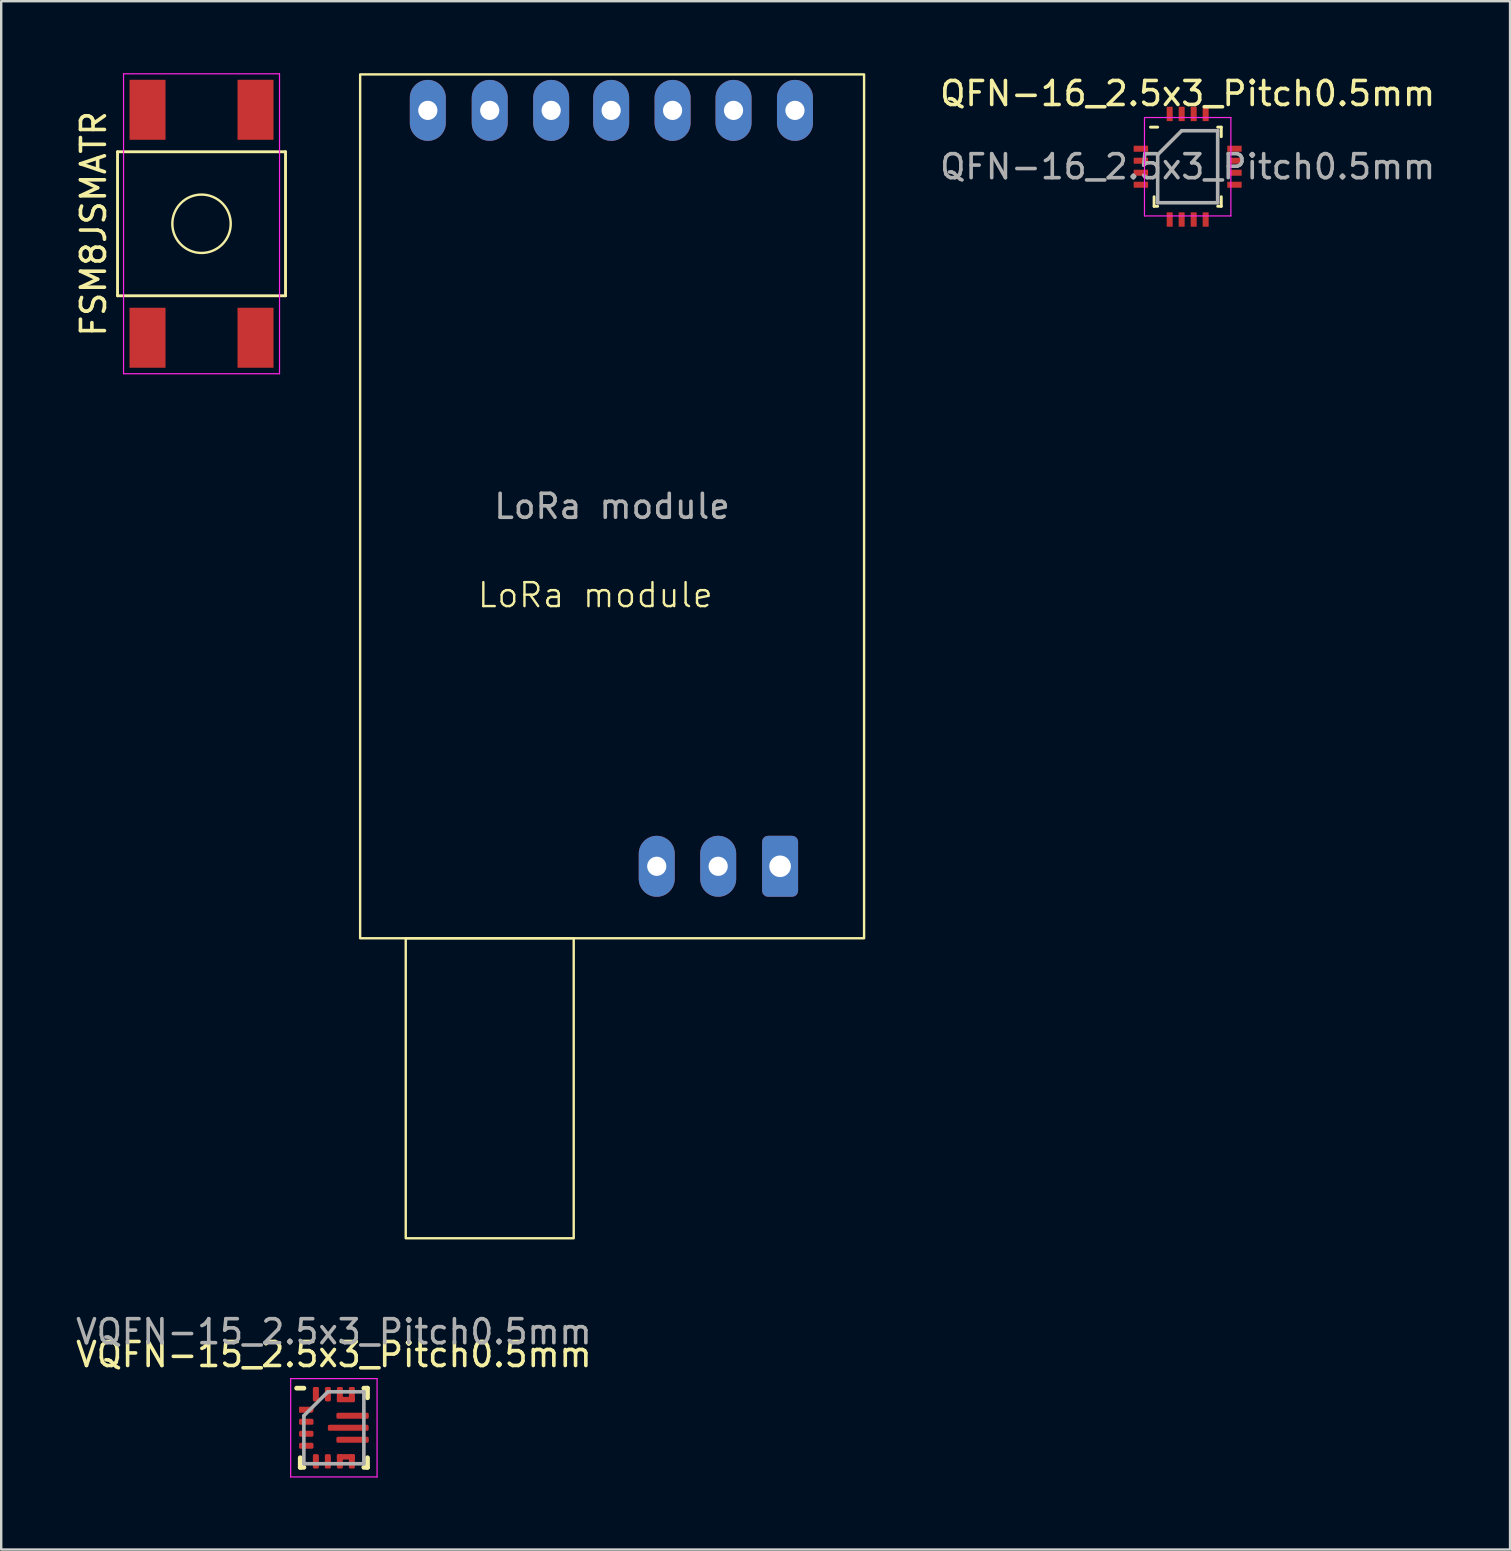
<source format=kicad_pcb>
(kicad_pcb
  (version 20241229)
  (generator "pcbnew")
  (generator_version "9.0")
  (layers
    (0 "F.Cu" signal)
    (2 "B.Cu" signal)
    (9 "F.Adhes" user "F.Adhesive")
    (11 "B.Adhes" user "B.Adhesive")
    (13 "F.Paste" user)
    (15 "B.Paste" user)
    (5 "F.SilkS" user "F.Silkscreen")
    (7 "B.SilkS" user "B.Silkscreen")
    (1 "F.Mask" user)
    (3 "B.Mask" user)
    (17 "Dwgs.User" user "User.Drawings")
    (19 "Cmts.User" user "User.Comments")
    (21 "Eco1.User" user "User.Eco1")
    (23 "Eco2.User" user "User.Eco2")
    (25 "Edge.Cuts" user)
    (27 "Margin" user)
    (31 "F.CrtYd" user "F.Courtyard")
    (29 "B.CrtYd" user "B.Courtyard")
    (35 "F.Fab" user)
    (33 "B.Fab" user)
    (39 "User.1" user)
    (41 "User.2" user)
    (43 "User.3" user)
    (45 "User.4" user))
  (footprint "QFN-16_2.5x3_Pitch0.5mm"
    (layer "F.Cu")
    (at 46.443 3.898)
    (property "Reference" "QFN-16_2.5x3_Pitch0.5mm" (at 0 -3.05 0) (layer "F.SilkS") (effects (font (size 1 1) (thickness 0.15))))
    (attr smd)
    (fp_line (start -1.4 1.65) (end -1.4 1.25) (stroke (width 0.12) (type default)) (layer "F.SilkS"))
    (fp_line (start -1.25 -1.65) (end -1.55 -1.65) (stroke (width 0.12) (type default)) (layer "F.SilkS"))
    (fp_line (start -1.25 1.65) (end -1.4 1.65) (stroke (width 0.12) (type default)) (layer "F.SilkS"))
    (fp_line (start 1.25 -1.65) (end 1.4 -1.65) (stroke (width 0.12) (type default)) (layer "F.SilkS"))
    (fp_line (start 1.25 1.65) (end 1.4 1.65) (stroke (width 0.12) (type default)) (layer "F.SilkS"))
    (fp_line (start 1.4 -1.65) (end 1.4 -1.25) (stroke (width 0.12) (type default)) (layer "F.SilkS"))
    (fp_line (start 1.4 1.65) (end 1.4 1.25) (stroke (width 0.12) (type default)) (layer "F.SilkS"))
    (fp_line (start -1.8 -2.05) (end 1.8 -2.05) (stroke (width 0.05) (type default)) (layer "F.CrtYd"))
    (fp_line (start -1.8 2.05) (end -1.8 -2.05) (stroke (width 0.05) (type default)) (layer "F.CrtYd"))
    (fp_line (start 1.8 -2.05) (end 1.8 2.05) (stroke (width 0.05) (type default)) (layer "F.CrtYd"))
    (fp_line (start 1.8 2.05) (end -1.8 2.05) (stroke (width 0.05) (type default)) (layer "F.CrtYd"))
    (fp_line (start -1.25 -0.5) (end -1.25 1.5) (stroke (width 0.15) (type default)) (layer "F.Fab"))
    (fp_line (start -1.25 1.5) (end 1.25 1.5) (stroke (width 0.15) (type default)) (layer "F.Fab"))
    (fp_line (start -0.25 -1.5) (end -1.25 -0.5) (stroke (width 0.15) (type default)) (layer "F.Fab"))
    (fp_line (start 1.25 -1.5) (end -0.25 -1.5) (stroke (width 0.15) (type default)) (layer "F.Fab"))
    (fp_line (start 1.25 1.5) (end 1.25 -1.5) (stroke (width 0.15) (type default)) (layer "F.Fab"))
    (fp_text user "${REFERENCE}" (at 0 0 0) (layer "F.Fab") (effects (font (size 1 1) (thickness 0.15))))
    (pad "1" smd rect (at -1.95 -0.75 90) (size 0.25 0.6) (layers "F.Cu" "F.Mask" "F.Paste"))
    (pad "2" smd rect (at -1.95 -0.25 90) (size 0.25 0.6) (layers "F.Cu" "F.Mask" "F.Paste"))
    (pad "3" smd rect (at -1.95 0.25 90) (size 0.25 0.6) (layers "F.Cu" "F.Mask" "F.Paste"))
    (pad "4" smd rect (at -1.95 0.75 90) (size 0.25 0.6) (layers "F.Cu" "F.Mask" "F.Paste"))
    (pad "5" smd rect (at -0.75 2.2) (size 0.25 0.6) (layers "F.Cu" "F.Mask" "F.Paste"))
    (pad "6" smd rect (at -0.25 2.2) (size 0.25 0.6) (layers "F.Cu" "F.Mask" "F.Paste"))
    (pad "7" smd rect (at 0.25 2.2) (size 0.25 0.6) (layers "F.Cu" "F.Mask" "F.Paste"))
    (pad "8" smd rect (at 0.75 2.2) (size 0.25 0.6) (layers "F.Cu" "F.Mask" "F.Paste"))
    (pad "9" smd rect (at 1.95 0.75 90) (size 0.25 0.6) (layers "F.Cu" "F.Mask" "F.Paste"))
    (pad "10" smd rect (at 1.95 0.25 90) (size 0.25 0.6) (layers "F.Cu" "F.Mask" "F.Paste"))
    (pad "11" smd rect (at 1.95 -0.25 90) (size 0.25 0.6) (layers "F.Cu" "F.Mask" "F.Paste"))
    (pad "12" smd rect (at 1.95 -0.75 90) (size 0.25 0.6) (layers "F.Cu" "F.Mask" "F.Paste"))
    (pad "13" smd rect (at 0.75 -2.2) (size 0.25 0.6) (layers "F.Cu" "F.Mask" "F.Paste"))
    (pad "14" smd rect (at 0.25 -2.2) (size 0.25 0.6) (layers "F.Cu" "F.Mask" "F.Paste"))
    (pad "15" smd rect (at -0.25 -2.2) (size 0.25 0.6) (layers "F.Cu" "F.Mask" "F.Paste"))
    (pad "16" smd rect (at -0.75 -2.2) (size 0.25 0.6) (layers "F.Cu" "F.Mask" "F.Paste")))
  (footprint "VQFN-15_2.5x3_Pitch0.5mm"
    (layer "F.Cu")
    (at 10.863 56.448)
    (property "Reference" "VQFN-15_2.5x3_Pitch0.5mm" (at 0 -3.05 0) (layer "F.SilkS") (effects (font (size 1 1) (thickness 0.15))))
    (attr smd)
    (fp_line (start -1.4 1.65) (end -1.4 1.25) (stroke (width 0.2) (type solid)) (layer "F.SilkS"))
    (fp_line (start -1.25 -1.65) (end -1.55 -1.65) (stroke (width 0.2) (type solid)) (layer "F.SilkS"))
    (fp_line (start -1.25 1.65) (end -1.4 1.65) (stroke (width 0.2) (type solid)) (layer "F.SilkS"))
    (fp_line (start 1.25 -1.65) (end 1.4 -1.65) (stroke (width 0.2) (type solid)) (layer "F.SilkS"))
    (fp_line (start 1.25 1.65) (end 1.4 1.65) (stroke (width 0.2) (type solid)) (layer "F.SilkS"))
    (fp_line (start 1.4 -1.65) (end 1.4 -1.25) (stroke (width 0.2) (type solid)) (layer "F.SilkS"))
    (fp_line (start 1.4 1.65) (end 1.4 1.25) (stroke (width 0.2) (type solid)) (layer "F.SilkS"))
    (fp_line (start -1.8 -2.05) (end 1.8 -2.05) (stroke (width 0.05) (type default)) (layer "F.CrtYd"))
    (fp_line (start -1.8 2.05) (end -1.8 -2.05) (stroke (width 0.05) (type default)) (layer "F.CrtYd"))
    (fp_line (start 1.8 -2.05) (end 1.8 2.05) (stroke (width 0.05) (type default)) (layer "F.CrtYd"))
    (fp_line (start 1.8 2.05) (end -1.8 2.05) (stroke (width 0.05) (type default)) (layer "F.CrtYd"))
    (fp_line (start -1.25 -0.5) (end -1.25 1.5) (stroke (width 0.15) (type default)) (layer "F.Fab"))
    (fp_line (start -1.25 1.5) (end 1.25 1.5) (stroke (width 0.15) (type default)) (layer "F.Fab"))
    (fp_line (start -0.25 -1.5) (end -1.25 -0.5) (stroke (width 0.15) (type default)) (layer "F.Fab"))
    (fp_line (start 1.25 -1.5) (end -0.25 -1.5) (stroke (width 0.15) (type default)) (layer "F.Fab"))
    (fp_line (start 1.25 1.5) (end 1.25 -1.5) (stroke (width 0.15) (type default)) (layer "F.Fab"))
    (fp_text user "${REFERENCE}" (at 0 -4 0) (layer "F.Fab") (effects (font (size 1 1) (thickness 0.15))))
    (pad "1" smd roundrect (at -1.15 -0.75 90) (size 0.25 0.6) (layers "F.Cu" "F.Mask" "F.Paste") (roundrect_rratio 0) (chamfer_ratio 0.25) (chamfer bottom_left bottom_right))
    (pad "2" smd roundrect (at -1.15 -0.25 90) (size 0.25 0.6) (layers "F.Cu" "F.Mask" "F.Paste") (roundrect_rratio 0.25))
    (pad "3" smd roundrect (at -1.15 0.25 90) (size 0.25 0.6) (layers "F.Cu" "F.Mask" "F.Paste") (roundrect_rratio 0.25))
    (pad "4" smd roundrect (at -1.15 0.75 90) (size 0.25 0.6) (layers "F.Cu" "F.Mask" "F.Paste") (roundrect_rratio 0.25))
    (pad "5" smd roundrect (at -0.75 1.4) (size 0.25 0.6) (layers "F.Cu" "F.Mask" "F.Paste") (roundrect_rratio 0.25))
    (pad "6" smd roundrect (at -0.25 1.4) (size 0.25 0.6) (layers "F.Cu" "F.Mask" "F.Paste") (roundrect_rratio 0.25))
    (pad "7" smd roundrect (at 0.25 1.4) (size 0.25 0.6) (layers "F.Cu" "F.Mask" "F.Paste") (roundrect_rratio 0.25))
    (pad "7" smd roundrect (at 0.5 1.212 90) (size 0.225 0.75) (layers "F.Cu" "F.Mask" "F.Paste") (roundrect_rratio 0.25))
    (pad "8" smd roundrect (at 0.75 1.4) (size 0.25 0.6) (layers "F.Cu" "F.Mask" "F.Paste") (roundrect_rratio 0.25))
    (pad "9" smd roundrect (at 0.78 0.5 90) (size 0.25 1.35) (layers "F.Cu" "F.Mask" "F.Paste") (roundrect_rratio 0.25))
    (pad "10" smd roundrect (at 0.6 0 90) (size 0.25 1.7) (layers "F.Cu" "F.Mask" "F.Paste") (roundrect_rratio 0.25))
    (pad "11" smd roundrect (at 0.78 -0.5 90) (size 0.25 1.35) (layers "F.Cu" "F.Mask" "F.Paste") (roundrect_rratio 0.25))
    (pad "12" smd roundrect (at 0.5 -1.175 90) (size 0.225 0.75) (layers "F.Cu" "F.Mask" "F.Paste") (roundrect_rratio 0.25))
    (pad "12" smd roundrect (at 0.75 -1.4) (size 0.25 0.6) (layers "F.Cu" "F.Mask" "F.Paste") (roundrect_rratio 0.25))
    (pad "13" smd roundrect (at 0.25 -1.4) (size 0.25 0.6) (layers "F.Cu" "F.Mask" "F.Paste") (roundrect_rratio 0.25))
    (pad "14" smd roundrect (at -0.25 -1.4) (size 0.25 0.6) (layers "F.Cu" "F.Mask" "F.Paste") (roundrect_rratio 0.25))
    (pad "15" smd roundrect (at -0.75 -1.4) (size 0.25 0.6) (layers "F.Cu" "F.Mask" "F.Paste") (roundrect_rratio 0.2)))
  (footprint "FSM8JSMATR"
    (layer "F.Cu")
    (at 5.348 6.275)
    (property "Reference" "FSM8JSMATR" (at -4.5 0 90) (layer "F.SilkS") (effects (font (size 1 1) (thickness 0.15))))
    (attr smd)
    (fp_line (start -3.5 -3) (end 3.5 -3) (stroke (width 0.12) (type default)) (layer "F.SilkS"))
    (fp_line (start -3.5 3) (end -3.5 -3) (stroke (width 0.12) (type default)) (layer "F.SilkS"))
    (fp_line (start 3.5 -3) (end 3.5 3) (stroke (width 0.12) (type default)) (layer "F.SilkS"))
    (fp_line (start 3.5 3) (end -3.5 3) (stroke (width 0.12) (type default)) (layer "F.SilkS"))
    (fp_circle (center 0 0) (end 1.2 0.2) (stroke (width 0.1) (type default)) (fill no) (layer "F.SilkS"))
    (fp_line (start -3.25 -6.25) (end 3.25 -6.25) (stroke (width 0.05) (type default)) (layer "F.CrtYd"))
    (fp_line (start -3.25 6.25) (end -3.25 -6.25) (stroke (width 0.05) (type default)) (layer "F.CrtYd"))
    (fp_line (start 3.25 -6.25) (end 3.25 6.25) (stroke (width 0.05) (type default)) (layer "F.CrtYd"))
    (fp_line (start 3.25 6.25) (end -3.25 6.25) (stroke (width 0.05) (type default)) (layer "F.CrtYd"))
    (pad "1" smd rect (at -2.25 -4.75) (size 1.5 2.5) (layers "F.Cu" "F.Mask" "F.Paste"))
    (pad "1" smd rect (at -2.25 4.75) (size 1.5 2.5) (layers "F.Cu" "F.Mask" "F.Paste"))
    (pad "2" smd rect (at 2.25 -4.75) (size 1.5 2.5) (layers "F.Cu" "F.Mask" "F.Paste"))
    (pad "2" smd rect (at 2.25 4.75) (size 1.5 2.5) (layers "F.Cu" "F.Mask" "F.Paste")))
  (footprint "LoRa module"
    (layer "F.Cu")
    (at 21.958 16.35)
    (property "Reference" "LoRa module" (at -0.2 5.4 0) (unlocked yes) (layer "F.SilkS") (effects (font (size 1 1) (thickness 0.1))))
    (attr smd)
    (fp_rect (start -1.1 19.7) (end -8.1 32.2) (stroke (width 0.1) (type solid)) (fill no) (layer "F.SilkS"))
    (fp_rect (start 11 -16.3) (end -10 19.7) (stroke (width 0.1) (type solid)) (fill no) (layer "F.SilkS"))
    (fp_text user "${REFERENCE}" (at 0.5 1.7 0) (unlocked yes) (layer "F.Fab") (effects (font (size 1 1) (thickness 0.15))))
    (pad "1" thru_hole oval (at 8.12 -14.8 270) (size 2.54 1.5) (drill 0.8) (layers "*.Cu" "*.Mask"))
    (pad "2" thru_hole oval (at 5.56 -14.8 270) (size 2.54 1.5) (drill 0.8) (layers "*.Cu" "*.Mask"))
    (pad "3" thru_hole oval (at 3.02 -14.8 270) (size 2.54 1.5) (drill 0.8) (layers "*.Cu" "*.Mask"))
    (pad "4" thru_hole oval (at 0.46 -14.8 270) (size 2.54 1.5) (drill 0.8) (layers "*.Cu" "*.Mask"))
    (pad "5" thru_hole oval (at -2.04 -14.8 270) (size 2.54 1.5) (drill 0.8) (layers "*.Cu" "*.Mask"))
    (pad "6" thru_hole oval (at -4.6 -14.8 270) (size 2.54 1.5) (drill 0.8) (layers "*.Cu" "*.Mask"))
    (pad "7" thru_hole oval (at -7.18 -14.8 270) (size 2.54 1.5) (drill 0.8) (layers "*.Cu" "*.Mask"))
    (pad "8" thru_hole oval (at 2.36 16.7 270) (size 2.54 1.5) (drill 0.8) (layers "*.Cu" "*.Mask"))
    (pad "9" thru_hole oval (at 4.92 16.7 270) (size 2.54 1.5) (drill 0.8) (layers "*.Cu" "*.Mask"))
    (pad "10" thru_hole roundrect (at 7.5 16.7 270) (size 2.54 1.5) (drill 0.9) (layers "*.Cu" "*.Mask") (roundrect_rratio 0.167)))
  (gr_rect
    (start -3 -3)
    (end 59.877 61.523)
    (stroke (width 0.1) (type default))
    (fill no)
    (layer "Edge.Cuts")))
</source>
